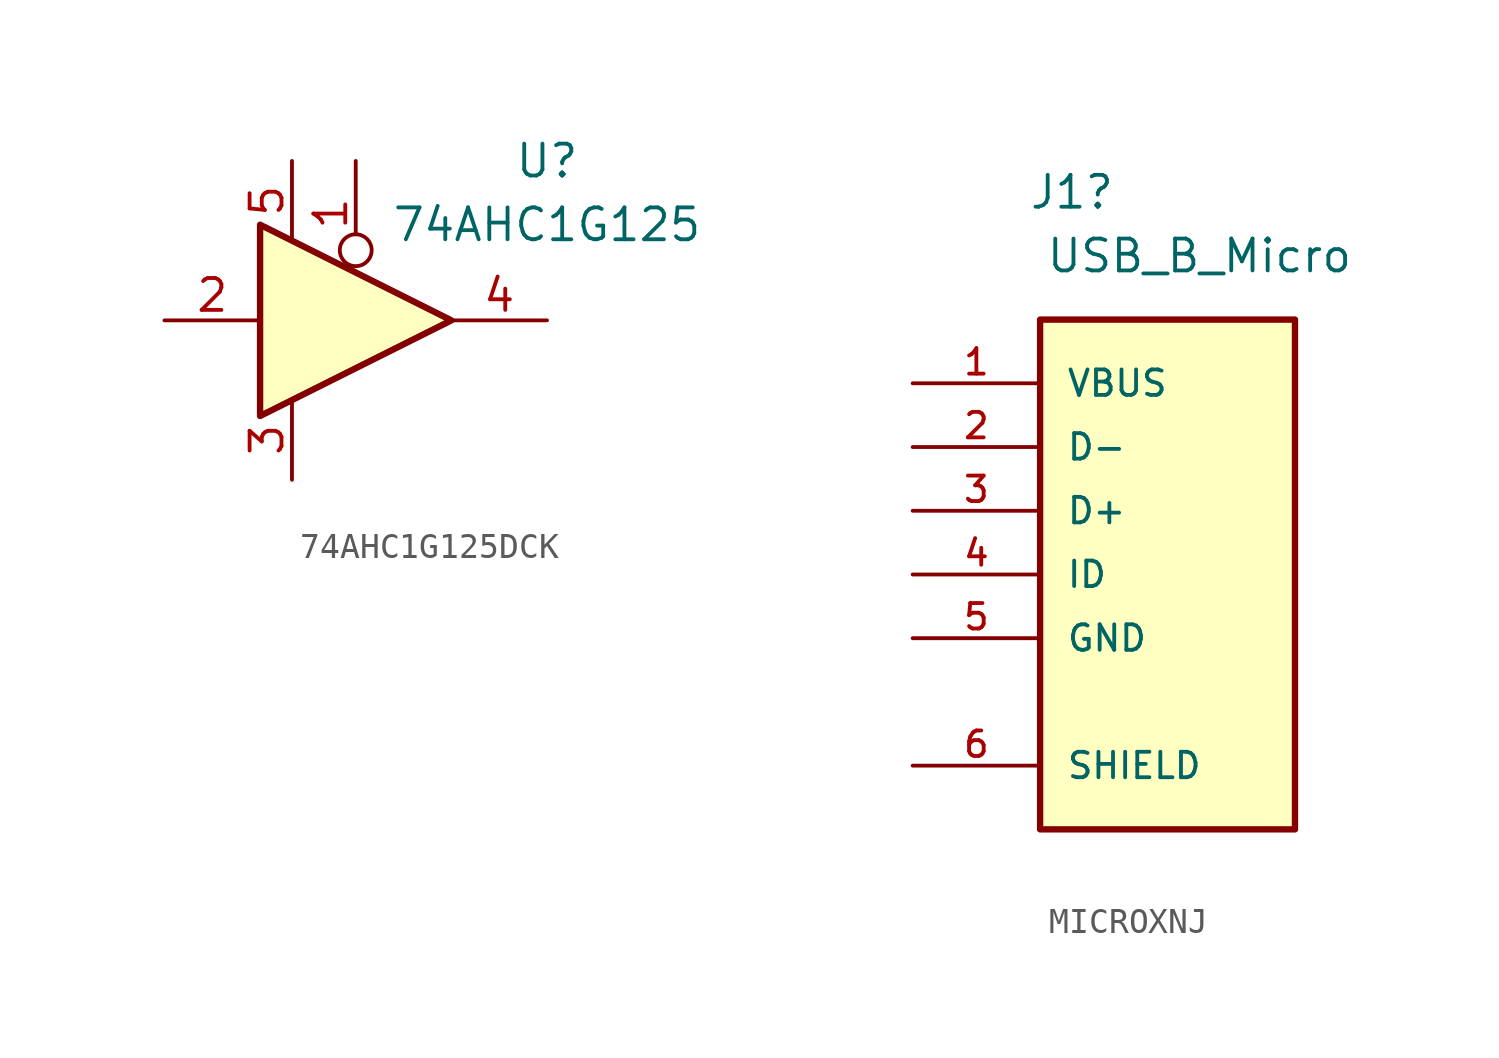
<source format=kicad_sym>
(kicad_symbol_lib
  (version 20220914)
  (generator kicad_symbol_editor)
  (symbol "74AHC1G125DCK"
    (pin_names
      (offset 1.016) hide)
    (property "Reference" "U"
      (at 7.62 6.35 0)
      (effects (font (size 1.27 1.27))))
    (property "Value" "74AHC1G125"
      (at 7.62 3.81 0)
      (effects (font (size 1.27 1.27))))
    (symbol "74AHC1G125DCK_1_0"
      (polyline (pts (xy -3.81 3.81) (xy -3.81 -3.81) (xy 3.81 0) (xy -3.81 3.81)) (stroke (width 0.254) (type default)) (fill (type background)))
      (pin input inverted (at 0 6.35 270) (length 4.191) (name "~" (effects (font (size 1.27 1.27)))) (number "1" (effects (font (size 1.27 1.27)))))
      (pin input line (at -7.62 0 0) (length 3.81) (name "~" (effects (font (size 1.27 1.27)))) (number "2" (effects (font (size 1.27 1.27)))))
      (pin power_in line (at -2.54 -6.35 90) (length 3.175) (name "GND" (effects (font (size 1.27 1.27)))) (number "3" (effects (font (size 1.27 1.27)))))
      (pin tri_state line (at 7.62 0 180) (length 3.81) (name "~" (effects (font (size 1.27 1.27)))) (number "4" (effects (font (size 1.27 1.27)))))
      (pin power_in line (at -2.54 6.35 270) (length 3.175) (name "VCC" (effects (font (size 1.27 1.27)))) (number "5" (effects (font (size 1.27 1.27)))))))
  (symbol "MICROXNJ"
    (pin_names
      (offset 1.016))
    (property "Reference" "J1"
      (at -3.81 15.24 0)
      (effects (font (size 1.27 1.27))))
    (property "Value" "USB_B_Micro"
      (at 1.27 12.7 0)
      (effects (font (size 1.27 1.27))))
    (property "ki_locked" ""
      (at 0 0 0)
      (effects (font (size 1.27 1.27))))
    (symbol "MICROXNJ_0_0"
      (rectangle (start -5.08 -10.16) (end 5.08 10.16) (stroke (width 0.254) (type solid)) (fill (type background)))
      (pin power_in line (at -10.16 7.62 0) (length 5.08) (name "VBUS" (effects (font (size 1.016 1.016)))) (number "1" (effects (font (size 1.016 1.016)))))
      (pin bidirectional line (at -10.16 5.08 0) (length 5.08) (name "D-" (effects (font (size 1.016 1.016)))) (number "2" (effects (font (size 1.016 1.016)))))
      (pin bidirectional line (at -10.16 2.54 0) (length 5.08) (name "D+" (effects (font (size 1.016 1.016)))) (number "3" (effects (font (size 1.016 1.016)))))
      (pin bidirectional line (at -10.16 0 0) (length 5.08) (name "ID" (effects (font (size 1.016 1.016)))) (number "4" (effects (font (size 1.016 1.016)))))
      (pin power_in line (at -10.16 -2.54 0) (length 5.08) (name "GND" (effects (font (size 1.016 1.016)))) (number "5" (effects (font (size 1.016 1.016))))))
    (symbol "MICROXNJ_1_0"
      (pin passive line (at -10.16 -7.62 0) (length 5.08) (name "SHIELD" (effects (font (size 1.016 1.016)))) (number "6" (effects (font (size 1.016 1.016))))))))
</source>
